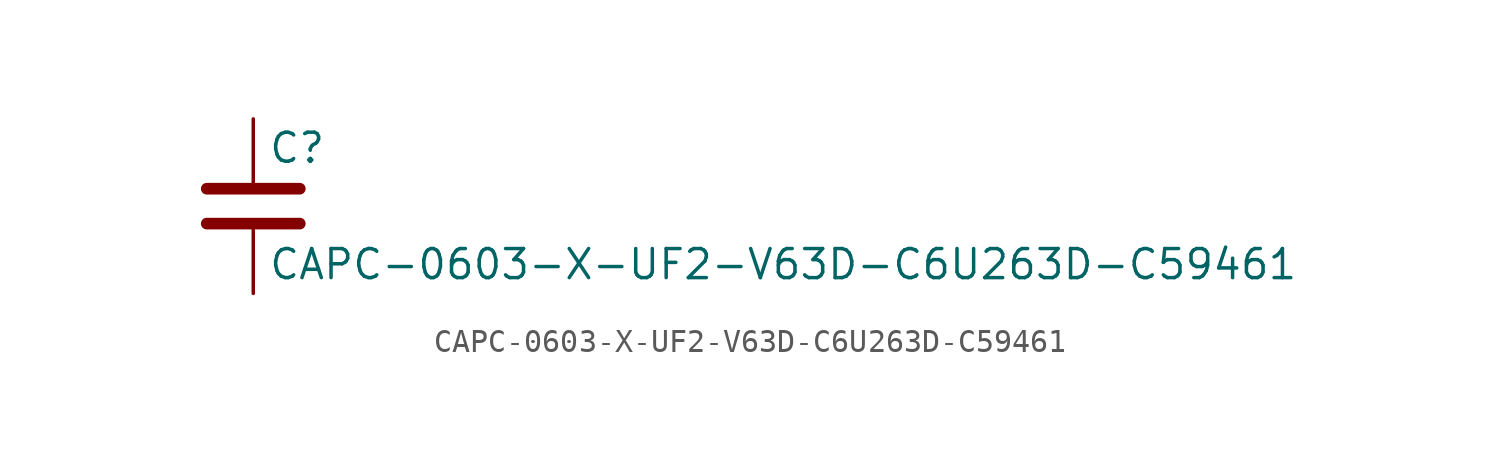
<source format=kicad_sym>
(kicad_symbol_lib
  (version 20211014)
  (generator kicad_symbol_editor)
  (symbol "CAPC-0603-X-UF2-V63D-C6U263D-C59461"
    (pin_numbers hide)
    (pin_names
      (offset 0.254))
    (property "Reference" "C"
      (at 0.635 2.54 0)
      (effects (font (size 1.27 1.27)) (justify left)))
    (property "Value" "CAPC-0603-X-UF2-V63D-C6U263D-C59461"
      (at 0.635 -2.54 0)
      (effects (font (size 1.27 1.27)) (justify left)))
    (symbol "CAPC-0603-X-UF2-V63D-C6U263D-C59461_0_1"
      (polyline (pts (xy -2.032 -0.762) (xy 2.032 -0.762)) (stroke (width 0.508) (type default) (color 0 0 0 0)) (fill (type none)))
      (polyline (pts (xy -2.032 0.762) (xy 2.032 0.762)) (stroke (width 0.508) (type default) (color 0 0 0 0)) (fill (type none))))
    (symbol "CAPC-0603-X-UF2-V63D-C6U263D-C59461_1_1"
      (pin passive line (at 0 3.81 270) (length 2.794) (name "~" (effects (font (size 1.27 1.27)))) (number "1" (effects (font (size 1.27 1.27)))))
      (pin passive line (at 0 -3.81 90) (length 2.794) (name "~" (effects (font (size 1.27 1.27)))) (number "2" (effects (font (size 1.27 1.27))))))))
</source>
